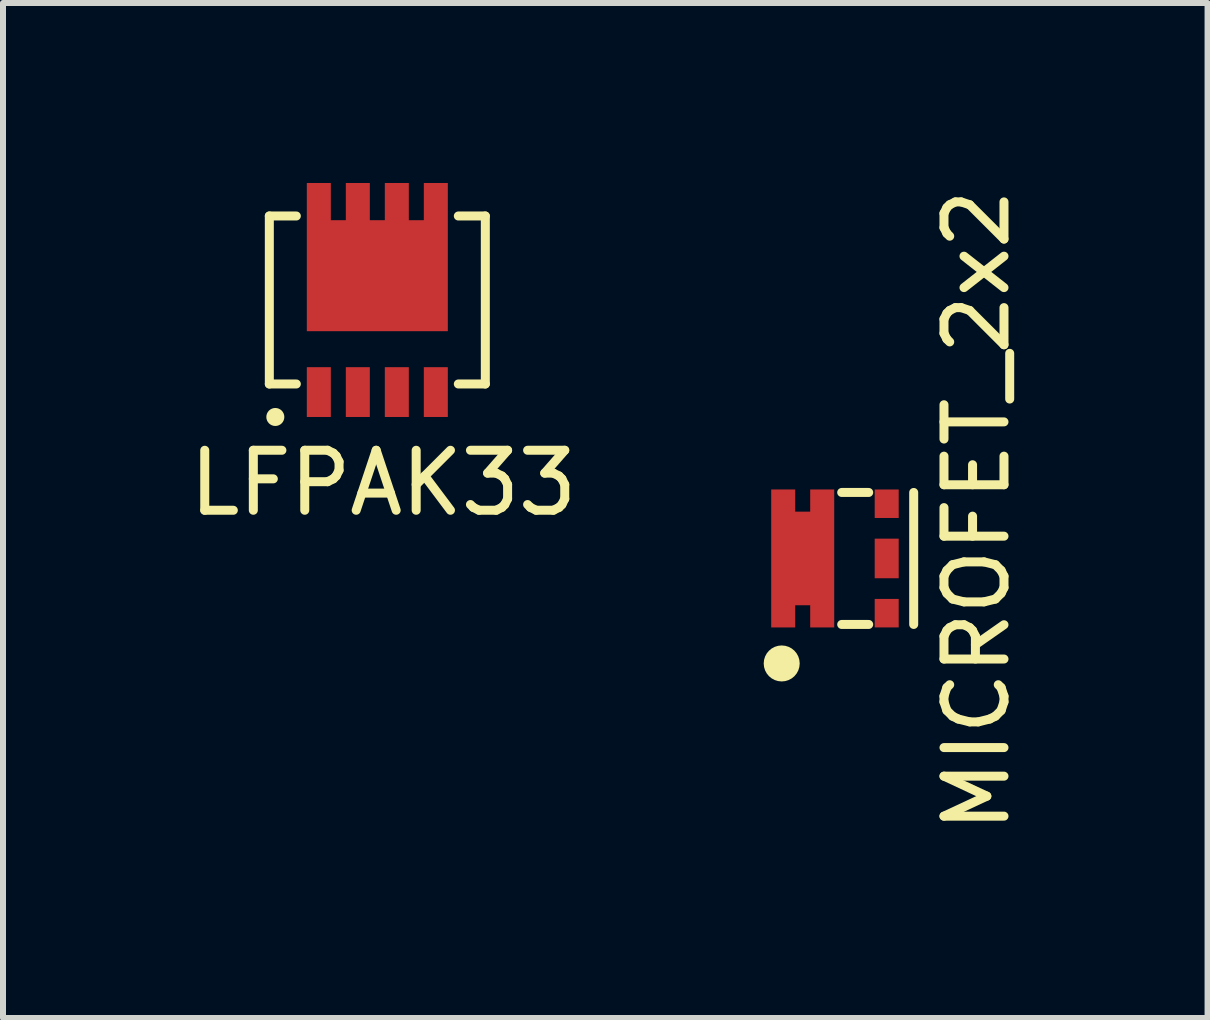
<source format=kicad_pcb>
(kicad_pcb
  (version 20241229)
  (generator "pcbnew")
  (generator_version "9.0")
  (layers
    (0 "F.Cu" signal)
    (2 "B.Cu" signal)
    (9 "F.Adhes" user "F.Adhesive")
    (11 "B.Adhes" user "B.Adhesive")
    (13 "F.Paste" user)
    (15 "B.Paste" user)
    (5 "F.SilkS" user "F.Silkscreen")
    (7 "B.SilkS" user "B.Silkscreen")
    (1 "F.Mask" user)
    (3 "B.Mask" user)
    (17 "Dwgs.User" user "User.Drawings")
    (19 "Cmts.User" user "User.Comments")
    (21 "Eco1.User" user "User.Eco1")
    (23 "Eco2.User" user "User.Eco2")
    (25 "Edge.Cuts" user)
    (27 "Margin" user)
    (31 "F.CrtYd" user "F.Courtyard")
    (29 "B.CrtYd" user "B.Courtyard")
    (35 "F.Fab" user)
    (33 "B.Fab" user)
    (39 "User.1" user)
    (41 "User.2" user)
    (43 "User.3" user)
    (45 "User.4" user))
  (footprint "LFPAK33"
    (layer "F.Cu")
    (at 3.239 3.9)
    (property "Reference" "LFPAK33" (at 0.1 1.1 0) (layer "F.SilkS") (effects (font (size 1 1) (thickness 0.15))))
    (attr through_hole)
    (fp_line (start -1.8 -3.35) (end -1.8 -0.55) (stroke (width 0.15) (type solid)) (layer "F.SilkS"))
    (fp_line (start -1.8 -0.55) (end -1.35 -0.55) (stroke (width 0.15) (type solid)) (layer "F.SilkS"))
    (fp_line (start -1.35 -3.35) (end -1.8 -3.35) (stroke (width 0.15) (type solid)) (layer "F.SilkS"))
    (fp_line (start 1.35 -3.35) (end 1.8 -3.35) (stroke (width 0.15) (type solid)) (layer "F.SilkS"))
    (fp_line (start 1.8 -3.35) (end 1.8 -0.55) (stroke (width 0.15) (type solid)) (layer "F.SilkS"))
    (fp_line (start 1.8 -0.55) (end 1.35 -0.55) (stroke (width 0.15) (type solid)) (layer "F.SilkS"))
    (fp_circle (center -1.7 0) (end -1.625 0) (stroke (width 0.15) (type solid)) (fill no) (layer "F.SilkS"))
    (pad "1" smd rect (at -0.975 -0.415) (size 0.4 0.83) (layers "F.Cu" "F.Mask" "F.Paste"))
    (pad "2" smd rect (at -0.325 -0.415) (size 0.4 0.83) (layers "F.Cu" "F.Mask" "F.Paste"))
    (pad "3" smd rect (at 0.325 -0.415) (size 0.4 0.83) (layers "F.Cu" "F.Mask" "F.Paste"))
    (pad "4" smd rect (at 0.975 -0.415) (size 0.4 0.83) (layers "F.Cu" "F.Mask" "F.Paste"))
    (pad "5" smd custom (at 0 -2.63) (size 0.5 0.5) (layers "F.Cu" "F.Mask" "F.Paste") (options (anchor rect)) (primitives (gr_poly (pts (xy -1.175 1.2) (xy 1.175 1.2) (xy 1.175 -1.27) (xy 0.775 -1.27) (xy 0.775 -0.65) (xy 0.525 -0.65) (xy 0.525 -1.27) (xy 0.125 -1.27) (xy 0.125 -0.65) (xy -0.125 -0.65) (xy -0.125 -1.27) (xy -0.525 -1.27) (xy -0.525 -0.65) (xy -0.775 -0.65) (xy -0.775 -1.27) (xy -1.175 -1.27)) (width 0) (fill yes)))))
  (footprint "MICROFET_2x2"
    (layer "F.Cu")
    (at 11.079 6.258)
    (property "Reference" "MICROFET_2x2" (at 2.15 -0.8 90) (layer "F.SilkS") (effects (font (size 1 1) (thickness 0.15))))
    (attr through_hole)
    (fp_line (start -0.1 -1.1) (end 0.35 -1.1) (stroke (width 0.15) (type solid)) (layer "F.SilkS"))
    (fp_line (start -0.1 1.1) (end 0.35 1.1) (stroke (width 0.15) (type solid)) (layer "F.SilkS"))
    (fp_line (start 1.1 -1.1) (end 1.1 1.1) (stroke (width 0.15) (type solid)) (layer "F.SilkS"))
    (fp_circle (center -1.1 1.75) (end -0.95 1.75) (stroke (width 0.3) (type solid)) (fill no) (layer "F.SilkS"))
    (pad "D" smd custom (at -0.425 0) (size 0.4 0.475) (layers "F.Cu" "F.Mask" "F.Paste") (options (anchor rect)) (primitives (gr_poly (pts (xy -0.85 1.15) (xy -0.45 1.15) (xy -0.45 0.78) (xy -0.2 0.78) (xy -0.2 1.15) (xy 0.2 1.15) (xy 0.2 -1.15) (xy -0.2 -1.15) (xy -0.2 -0.78) (xy -0.45 -0.78) (xy -0.45 -1.15) (xy -0.85 -1.15)) (width 0) (fill yes))))
    (pad "G" smd rect (at 0.65 0.912) (size 0.4 0.475) (layers "F.Cu" "F.Mask" "F.Paste"))
    (pad "S" smd rect (at 0.65 -0.912) (size 0.4 0.475) (layers "F.Cu" "F.Mask" "F.Paste"))
    (pad "S2" smd rect (at 0.65 0) (size 0.4 0.66) (layers "F.Cu" "F.Mask" "F.Paste")))
  (gr_rect
    (start -3 -3)
    (end 17.077 13.917)
    (stroke (width 0.1) (type default))
    (fill no)
    (layer "Edge.Cuts")))
</source>
